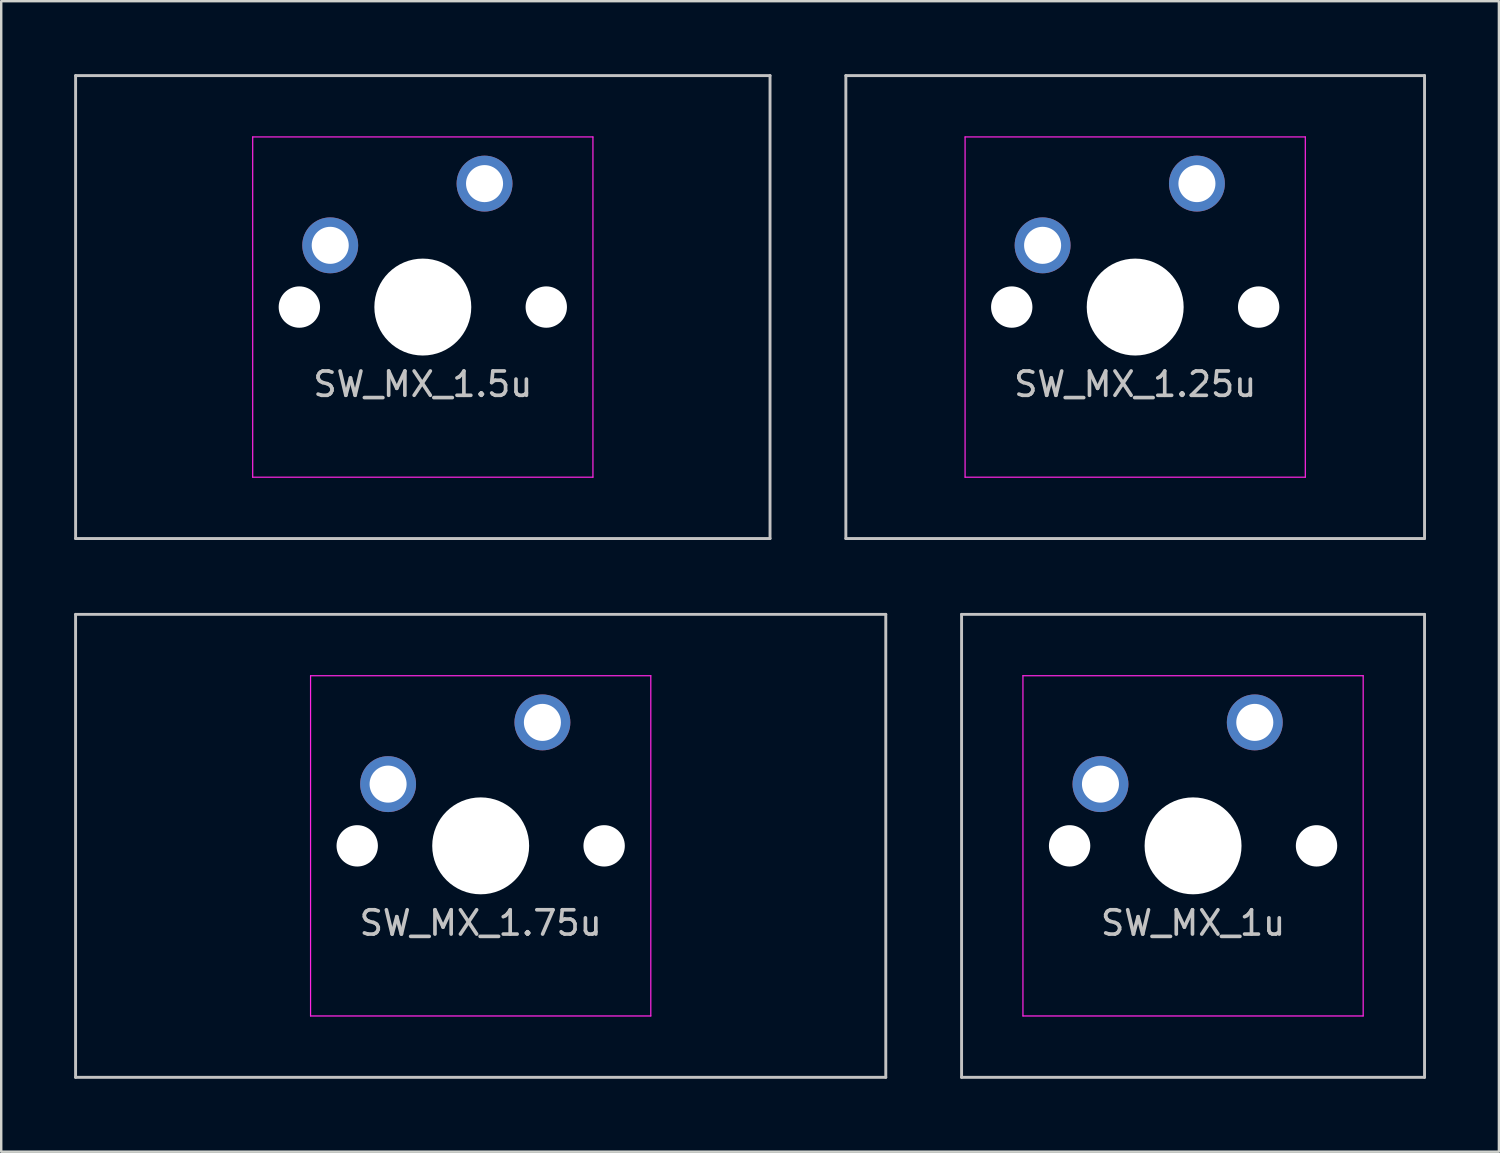
<source format=kicad_pcb>
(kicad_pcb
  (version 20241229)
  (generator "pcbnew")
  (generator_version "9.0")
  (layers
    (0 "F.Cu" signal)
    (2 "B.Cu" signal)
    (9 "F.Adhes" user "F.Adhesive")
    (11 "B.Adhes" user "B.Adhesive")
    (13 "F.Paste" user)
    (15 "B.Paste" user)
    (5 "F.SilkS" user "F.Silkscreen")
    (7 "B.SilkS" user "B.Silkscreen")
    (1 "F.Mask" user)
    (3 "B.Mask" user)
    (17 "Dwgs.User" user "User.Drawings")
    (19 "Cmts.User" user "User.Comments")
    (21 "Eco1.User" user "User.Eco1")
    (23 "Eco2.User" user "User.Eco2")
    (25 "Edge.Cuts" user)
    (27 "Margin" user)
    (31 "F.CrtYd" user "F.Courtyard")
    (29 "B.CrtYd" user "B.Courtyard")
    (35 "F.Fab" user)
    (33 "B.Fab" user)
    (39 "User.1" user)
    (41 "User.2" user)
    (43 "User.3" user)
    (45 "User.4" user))
  (footprint "SW_MX_1.25u"
    (layer "F.Cu")
    (at 43.661 9.585)
    (property "Reference" "SW_MX_1.25u" (at 0 3.175 0) (layer "Dwgs.User") (effects (font (size 1 1) (thickness 0.15))))
    (attr through_hole exclude_from_pos_files exclude_from_bom)
    (fp_line (start -11.906 -9.525) (end -11.906 9.525) (stroke (width 0.12) (type solid)) (layer "Dwgs.User"))
    (fp_line (start -11.906 9.525) (end 11.906 9.525) (stroke (width 0.12) (type solid)) (layer "Dwgs.User"))
    (fp_line (start 11.906 -9.525) (end -11.906 -9.525) (stroke (width 0.12) (type solid)) (layer "Dwgs.User"))
    (fp_line (start 11.906 9.525) (end 11.906 -9.525) (stroke (width 0.12) (type solid)) (layer "Dwgs.User"))
    (fp_line (start -7 6.5) (end -7 -6.5) (stroke (width 0.05) (type solid)) (layer "Eco2.User"))
    (fp_line (start -6.5 -7) (end 6.5 -7) (stroke (width 0.05) (type solid)) (layer "Eco2.User"))
    (fp_line (start 6.5 7) (end -6.5 7) (stroke (width 0.05) (type solid)) (layer "Eco2.User"))
    (fp_line (start 7 -6.5) (end 7 6.5) (stroke (width 0.05) (type solid)) (layer "Eco2.User"))
    (fp_arc (start -7 -6.5) (mid -6.853553 -6.853553) (end -6.5 -7) (stroke (width 0.05) (type solid)) (layer "Eco2.User"))
    (fp_arc (start -6.5 7) (mid -6.853553 6.853553) (end -7 6.5) (stroke (width 0.05) (type solid)) (layer "Eco2.User"))
    (fp_arc (start 6.5 -7) (mid 6.853553 -6.853553) (end 7 -6.5) (stroke (width 0.05) (type solid)) (layer "Eco2.User"))
    (fp_arc (start 6.997236 6.498884) (mid 6.850789 6.852437) (end 6.497236 6.998884) (stroke (width 0.05) (type solid)) (layer "Eco2.User"))
    (fp_line (start -7 -7) (end -7 7) (stroke (width 0.05) (type solid)) (layer "F.CrtYd"))
    (fp_line (start -7 7) (end 7 7) (stroke (width 0.05) (type solid)) (layer "F.CrtYd"))
    (fp_line (start 7 -7) (end -7 -7) (stroke (width 0.05) (type solid)) (layer "F.CrtYd"))
    (fp_line (start 7 7) (end 7 -7) (stroke (width 0.05) (type solid)) (layer "F.CrtYd"))
    (pad "" np_thru_hole circle (at -5.08 0) (size 1.702 1.702) (drill 1.702) (layers "*.Cu" "*.Mask"))
    (pad "" np_thru_hole circle (at 0 0) (size 3.988 3.988) (drill 3.988) (layers "*.Cu" "*.Mask"))
    (pad "" np_thru_hole circle (at 5.08 0) (size 1.702 1.702) (drill 1.702) (layers "*.Cu" "*.Mask"))
    (pad "1" thru_hole circle (at -3.81 -2.54) (size 2.3 2.3) (drill 1.524) (layers "*.Cu" "B.Mask"))
    (pad "2" thru_hole circle (at 2.54 -5.08) (size 2.3 2.3) (drill 1.524) (layers "*.Cu" "B.Mask")))
  (footprint "SW_MX_1.75u"
    (layer "F.Cu")
    (at 16.729 31.755)
    (property "Reference" "SW_MX_1.75u" (at 0 3.175 0) (layer "Dwgs.User") (effects (font (size 1 1) (thickness 0.15))))
    (attr through_hole exclude_from_pos_files exclude_from_bom)
    (fp_line (start -16.669 -9.525) (end -16.669 9.525) (stroke (width 0.12) (type solid)) (layer "Dwgs.User"))
    (fp_line (start -16.669 9.525) (end 16.669 9.525) (stroke (width 0.12) (type solid)) (layer "Dwgs.User"))
    (fp_line (start 16.669 -9.525) (end -16.669 -9.525) (stroke (width 0.12) (type solid)) (layer "Dwgs.User"))
    (fp_line (start 16.669 9.525) (end 16.669 -9.525) (stroke (width 0.12) (type solid)) (layer "Dwgs.User"))
    (fp_line (start -7 6.5) (end -7 -6.5) (stroke (width 0.05) (type solid)) (layer "Eco2.User"))
    (fp_line (start -6.5 -7) (end 6.5 -7) (stroke (width 0.05) (type solid)) (layer "Eco2.User"))
    (fp_line (start 6.5 7) (end -6.5 7) (stroke (width 0.05) (type solid)) (layer "Eco2.User"))
    (fp_line (start 7 -6.5) (end 7 6.5) (stroke (width 0.05) (type solid)) (layer "Eco2.User"))
    (fp_arc (start -7 -6.5) (mid -6.853553 -6.853553) (end -6.5 -7) (stroke (width 0.05) (type solid)) (layer "Eco2.User"))
    (fp_arc (start -6.5 7) (mid -6.853553 6.853553) (end -7 6.5) (stroke (width 0.05) (type solid)) (layer "Eco2.User"))
    (fp_arc (start 6.5 -7) (mid 6.853553 -6.853553) (end 7 -6.5) (stroke (width 0.05) (type solid)) (layer "Eco2.User"))
    (fp_arc (start 6.997236 6.498884) (mid 6.850789 6.852437) (end 6.497236 6.998884) (stroke (width 0.05) (type solid)) (layer "Eco2.User"))
    (fp_line (start -7 -7) (end -7 7) (stroke (width 0.05) (type solid)) (layer "F.CrtYd"))
    (fp_line (start -7 7) (end 7 7) (stroke (width 0.05) (type solid)) (layer "F.CrtYd"))
    (fp_line (start 7 -7) (end -7 -7) (stroke (width 0.05) (type solid)) (layer "F.CrtYd"))
    (fp_line (start 7 7) (end 7 -7) (stroke (width 0.05) (type solid)) (layer "F.CrtYd"))
    (pad "" np_thru_hole circle (at -5.08 0) (size 1.702 1.702) (drill 1.702) (layers "*.Cu" "*.Mask"))
    (pad "" np_thru_hole circle (at 0 0) (size 3.988 3.988) (drill 3.988) (layers "*.Cu" "*.Mask"))
    (pad "" np_thru_hole circle (at 5.08 0) (size 1.702 1.702) (drill 1.702) (layers "*.Cu" "*.Mask"))
    (pad "1" thru_hole circle (at -3.81 -2.54) (size 2.3 2.3) (drill 1.524) (layers "*.Cu" "B.Mask"))
    (pad "2" thru_hole circle (at 2.54 -5.08) (size 2.3 2.3) (drill 1.524) (layers "*.Cu" "B.Mask")))
  (footprint "SW_MX_1u"
    (layer "F.Cu")
    (at 46.042 31.755)
    (property "Reference" "SW_MX_1u" (at 0 3.175 0) (layer "Dwgs.User") (effects (font (size 1 1) (thickness 0.15))))
    (attr through_hole exclude_from_pos_files exclude_from_bom)
    (fp_line (start -9.525 -9.525) (end -9.525 9.525) (stroke (width 0.12) (type solid)) (layer "Dwgs.User"))
    (fp_line (start -9.525 9.525) (end 9.525 9.525) (stroke (width 0.12) (type solid)) (layer "Dwgs.User"))
    (fp_line (start 9.525 -9.525) (end -9.525 -9.525) (stroke (width 0.12) (type solid)) (layer "Dwgs.User"))
    (fp_line (start 9.525 9.525) (end 9.525 -9.525) (stroke (width 0.12) (type solid)) (layer "Dwgs.User"))
    (fp_line (start -7 6.5) (end -7 -6.5) (stroke (width 0.05) (type solid)) (layer "Eco2.User"))
    (fp_line (start -6.5 -7) (end 6.5 -7) (stroke (width 0.05) (type solid)) (layer "Eco2.User"))
    (fp_line (start 6.5 7) (end -6.5 7) (stroke (width 0.05) (type solid)) (layer "Eco2.User"))
    (fp_line (start 7 -6.5) (end 7 6.5) (stroke (width 0.05) (type solid)) (layer "Eco2.User"))
    (fp_arc (start -7 -6.5) (mid -6.853553 -6.853553) (end -6.5 -7) (stroke (width 0.05) (type solid)) (layer "Eco2.User"))
    (fp_arc (start -6.5 7) (mid -6.853553 6.853553) (end -7 6.5) (stroke (width 0.05) (type solid)) (layer "Eco2.User"))
    (fp_arc (start 6.5 -7) (mid 6.853553 -6.853553) (end 7 -6.5) (stroke (width 0.05) (type solid)) (layer "Eco2.User"))
    (fp_arc (start 6.997236 6.498884) (mid 6.850789 6.852437) (end 6.497236 6.998884) (stroke (width 0.05) (type solid)) (layer "Eco2.User"))
    (fp_line (start -7 -7) (end -7 7) (stroke (width 0.05) (type solid)) (layer "F.CrtYd"))
    (fp_line (start -7 7) (end 7 7) (stroke (width 0.05) (type solid)) (layer "F.CrtYd"))
    (fp_line (start 7 -7) (end -7 -7) (stroke (width 0.05) (type solid)) (layer "F.CrtYd"))
    (fp_line (start 7 7) (end 7 -7) (stroke (width 0.05) (type solid)) (layer "F.CrtYd"))
    (pad "" np_thru_hole circle (at -5.08 0) (size 1.702 1.702) (drill 1.702) (layers "*.Cu" "*.Mask"))
    (pad "" np_thru_hole circle (at 0 0) (size 3.988 3.988) (drill 3.988) (layers "*.Cu" "*.Mask"))
    (pad "" np_thru_hole circle (at 5.08 0) (size 1.702 1.702) (drill 1.702) (layers "*.Cu" "*.Mask"))
    (pad "1" thru_hole circle (at -3.81 -2.54) (size 2.3 2.3) (drill 1.524) (layers "*.Cu" "B.Mask"))
    (pad "2" thru_hole circle (at 2.54 -5.08) (size 2.3 2.3) (drill 1.524) (layers "*.Cu" "B.Mask")))
  (footprint "SW_MX_1.5u"
    (layer "F.Cu")
    (at 14.348 9.585)
    (property "Reference" "SW_MX_1.5u" (at 0 3.175 0) (layer "Dwgs.User") (effects (font (size 1 1) (thickness 0.15))))
    (attr through_hole exclude_from_pos_files exclude_from_bom)
    (fp_line (start -14.287 -9.525) (end -14.287 9.525) (stroke (width 0.12) (type solid)) (layer "Dwgs.User"))
    (fp_line (start -14.287 9.525) (end 14.287 9.525) (stroke (width 0.12) (type solid)) (layer "Dwgs.User"))
    (fp_line (start 14.287 -9.525) (end -14.287 -9.525) (stroke (width 0.12) (type solid)) (layer "Dwgs.User"))
    (fp_line (start 14.287 9.525) (end 14.287 -9.525) (stroke (width 0.12) (type solid)) (layer "Dwgs.User"))
    (fp_line (start -7 6.5) (end -7 -6.5) (stroke (width 0.05) (type solid)) (layer "Eco2.User"))
    (fp_line (start -6.5 -7) (end 6.5 -7) (stroke (width 0.05) (type solid)) (layer "Eco2.User"))
    (fp_line (start 6.5 7) (end -6.5 7) (stroke (width 0.05) (type solid)) (layer "Eco2.User"))
    (fp_line (start 7 -6.5) (end 7 6.5) (stroke (width 0.05) (type solid)) (layer "Eco2.User"))
    (fp_arc (start -7 -6.5) (mid -6.853553 -6.853553) (end -6.5 -7) (stroke (width 0.05) (type solid)) (layer "Eco2.User"))
    (fp_arc (start -6.5 7) (mid -6.853553 6.853553) (end -7 6.5) (stroke (width 0.05) (type solid)) (layer "Eco2.User"))
    (fp_arc (start 6.5 -7) (mid 6.853553 -6.853553) (end 7 -6.5) (stroke (width 0.05) (type solid)) (layer "Eco2.User"))
    (fp_arc (start 6.997236 6.498884) (mid 6.850789 6.852437) (end 6.497236 6.998884) (stroke (width 0.05) (type solid)) (layer "Eco2.User"))
    (fp_line (start -7 -7) (end -7 7) (stroke (width 0.05) (type solid)) (layer "F.CrtYd"))
    (fp_line (start -7 7) (end 7 7) (stroke (width 0.05) (type solid)) (layer "F.CrtYd"))
    (fp_line (start 7 -7) (end -7 -7) (stroke (width 0.05) (type solid)) (layer "F.CrtYd"))
    (fp_line (start 7 7) (end 7 -7) (stroke (width 0.05) (type solid)) (layer "F.CrtYd"))
    (pad "" np_thru_hole circle (at -5.08 0) (size 1.702 1.702) (drill 1.702) (layers "*.Cu" "*.Mask"))
    (pad "" np_thru_hole circle (at 0 0) (size 3.988 3.988) (drill 3.988) (layers "*.Cu" "*.Mask"))
    (pad "" np_thru_hole circle (at 5.08 0) (size 1.702 1.702) (drill 1.702) (layers "*.Cu" "*.Mask"))
    (pad "1" thru_hole circle (at -3.81 -2.54) (size 2.3 2.3) (drill 1.524) (layers "*.Cu" "B.Mask"))
    (pad "2" thru_hole circle (at 2.54 -5.08) (size 2.3 2.3) (drill 1.524) (layers "*.Cu" "B.Mask")))
  (gr_rect
    (start -3 -3)
    (end 58.627 44.34)
    (stroke (width 0.1) (type default))
    (fill no)
    (layer "Edge.Cuts")))
</source>
